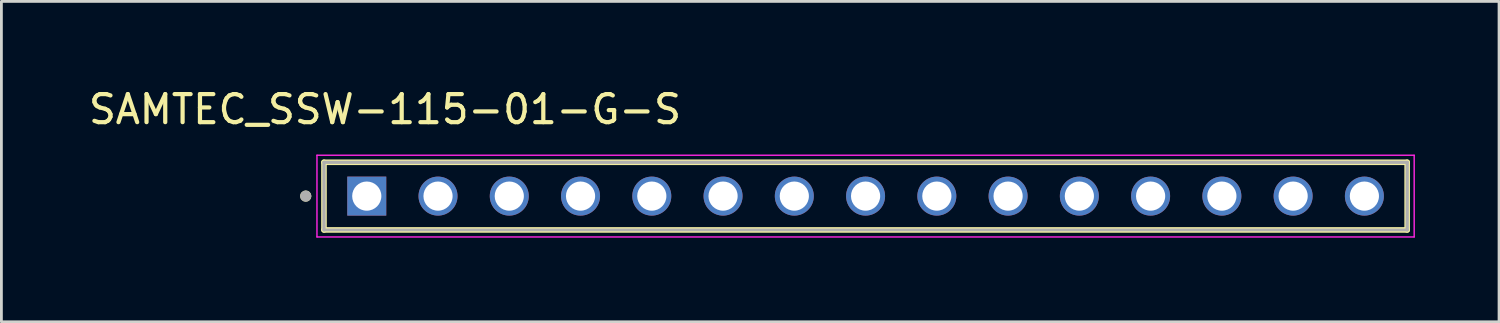
<source format=kicad_pcb>
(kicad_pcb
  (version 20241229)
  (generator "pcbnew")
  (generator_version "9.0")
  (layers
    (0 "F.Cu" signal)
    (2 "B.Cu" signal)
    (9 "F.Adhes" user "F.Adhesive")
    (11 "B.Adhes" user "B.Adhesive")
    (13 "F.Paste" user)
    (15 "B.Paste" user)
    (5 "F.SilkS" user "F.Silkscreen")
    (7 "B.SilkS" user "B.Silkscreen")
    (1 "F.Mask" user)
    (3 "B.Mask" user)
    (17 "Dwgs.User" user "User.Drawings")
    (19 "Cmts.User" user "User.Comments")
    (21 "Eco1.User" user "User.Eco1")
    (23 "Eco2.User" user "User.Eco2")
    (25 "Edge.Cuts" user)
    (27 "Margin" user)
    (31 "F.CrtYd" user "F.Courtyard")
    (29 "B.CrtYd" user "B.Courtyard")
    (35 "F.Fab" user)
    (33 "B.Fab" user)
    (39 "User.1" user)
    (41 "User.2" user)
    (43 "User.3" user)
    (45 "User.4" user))
  (footprint "SAMTEC_SSW-115-01-G-S"
    (layer "F.Cu")
    (at 10.023 3.94)
    (property "Reference" "SAMTEC_SSW-115-01-G-S" (at 0.65 -3.091 0) (layer "F.SilkS") (effects (font (size 1 1) (thickness 0.15))))
    (attr through_hole)
    (fp_line (start -1.525 1.206) (end -1.525 -1.206) (stroke (width 0.2) (type solid)) (layer "F.SilkS"))
    (fp_line (start 37.085 -1.206) (end -1.525 -1.206) (stroke (width 0.2) (type solid)) (layer "F.SilkS"))
    (fp_line (start 37.085 -1.206) (end 37.085 1.206) (stroke (width 0.2) (type solid)) (layer "F.SilkS"))
    (fp_line (start 37.085 1.206) (end -1.525 1.206) (stroke (width 0.2) (type solid)) (layer "F.SilkS"))
    (fp_circle (center -2.175 0) (end -2.075 0) (stroke (width 0.2) (type solid)) (fill no) (layer "F.SilkS"))
    (fp_line (start -1.775 -1.456) (end 37.335 -1.456) (stroke (width 0.05) (type solid)) (layer "F.CrtYd"))
    (fp_line (start -1.775 1.456) (end -1.775 -1.456) (stroke (width 0.05) (type solid)) (layer "F.CrtYd"))
    (fp_line (start 37.335 -1.456) (end 37.335 1.456) (stroke (width 0.05) (type solid)) (layer "F.CrtYd"))
    (fp_line (start 37.335 1.456) (end -1.775 1.456) (stroke (width 0.05) (type solid)) (layer "F.CrtYd"))
    (fp_line (start -1.525 -1.206) (end 37.085 -1.206) (stroke (width 0.1) (type solid)) (layer "F.Fab"))
    (fp_line (start -1.525 -1.206) (end 37.085 -1.206) (stroke (width 0.1) (type solid)) (layer "F.Fab"))
    (fp_line (start -1.525 1.206) (end -1.525 -1.206) (stroke (width 0.1) (type solid)) (layer "F.Fab"))
    (fp_line (start -1.525 1.206) (end -1.525 -1.206) (stroke (width 0.1) (type solid)) (layer "F.Fab"))
    (fp_line (start 37.085 -1.206) (end 37.085 1.206) (stroke (width 0.1) (type solid)) (layer "F.Fab"))
    (fp_line (start 37.085 -1.206) (end 37.085 1.206) (stroke (width 0.1) (type solid)) (layer "F.Fab"))
    (fp_line (start 37.085 1.206) (end -1.525 1.206) (stroke (width 0.1) (type solid)) (layer "F.Fab"))
    (fp_circle (center -2.175 0) (end -2.075 0) (stroke (width 0.2) (type solid)) (fill no) (layer "F.Fab"))
    (pad "01" thru_hole rect (at 0 0) (size 1.39 1.39) (drill 1.04) (layers "*.Cu" "*.Mask"))
    (pad "02" thru_hole circle (at 2.54 0) (size 1.39 1.39) (drill 1.04) (layers "*.Cu" "*.Mask"))
    (pad "03" thru_hole circle (at 5.08 0) (size 1.39 1.39) (drill 1.04) (layers "*.Cu" "*.Mask"))
    (pad "04" thru_hole circle (at 7.62 0) (size 1.39 1.39) (drill 1.04) (layers "*.Cu" "*.Mask"))
    (pad "05" thru_hole circle (at 10.16 0) (size 1.39 1.39) (drill 1.04) (layers "*.Cu" "*.Mask"))
    (pad "06" thru_hole circle (at 12.7 0) (size 1.39 1.39) (drill 1.04) (layers "*.Cu" "*.Mask"))
    (pad "07" thru_hole circle (at 15.24 0) (size 1.39 1.39) (drill 1.04) (layers "*.Cu" "*.Mask"))
    (pad "08" thru_hole circle (at 17.78 0) (size 1.39 1.39) (drill 1.04) (layers "*.Cu" "*.Mask"))
    (pad "09" thru_hole circle (at 20.32 0) (size 1.39 1.39) (drill 1.04) (layers "*.Cu" "*.Mask"))
    (pad "10" thru_hole circle (at 22.86 0) (size 1.39 1.39) (drill 1.04) (layers "*.Cu" "*.Mask"))
    (pad "11" thru_hole circle (at 25.4 0) (size 1.39 1.39) (drill 1.04) (layers "*.Cu" "*.Mask"))
    (pad "12" thru_hole circle (at 27.94 0) (size 1.39 1.39) (drill 1.04) (layers "*.Cu" "*.Mask"))
    (pad "13" thru_hole circle (at 30.48 0) (size 1.39 1.39) (drill 1.04) (layers "*.Cu" "*.Mask"))
    (pad "14" thru_hole circle (at 33.02 0) (size 1.39 1.39) (drill 1.04) (layers "*.Cu" "*.Mask"))
    (pad "15" thru_hole circle (at 35.56 0) (size 1.39 1.39) (drill 1.04) (layers "*.Cu" "*.Mask")))
  (gr_rect
    (start -3 -3)
    (end 50.383 8.421)
    (stroke (width 0.1) (type default))
    (fill no)
    (layer "Edge.Cuts")))
</source>
